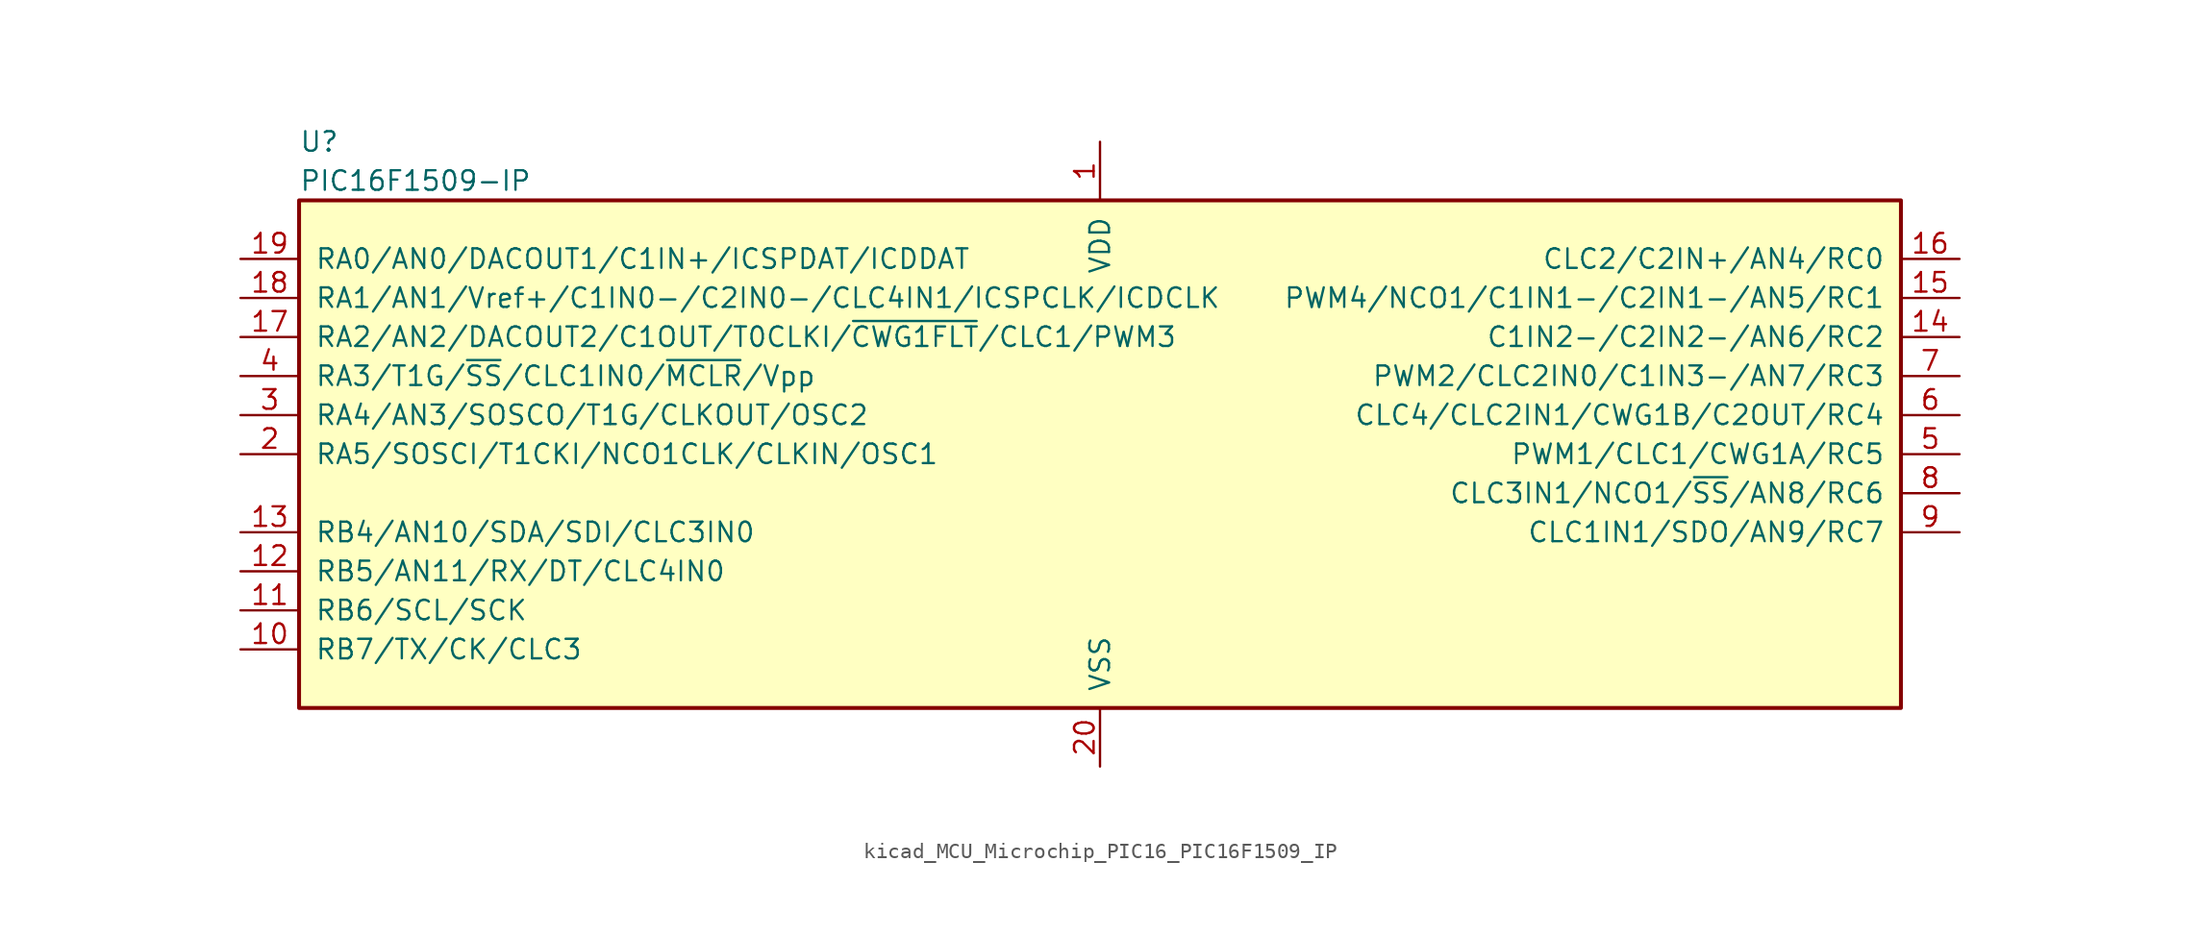
<source format=kicad_sym>
(kicad_symbol_lib
  (version 20220914)
  (generator kicad_symbol_editor)
  (symbol "kicad_MCU_Microchip_PIC16_PIC16F1509_IP"
    (pin_names
      (offset 1.016))
    (property "Reference" "U"
      (at -52.07 20.32 0)
      (effects (font (size 1.27 1.27)) (justify left)))
    (property "Value" "PIC16F1509-IP"
      (at -52.07 17.78 0)
      (effects (font (size 1.27 1.27)) (justify left)))
    (symbol "kicad_MCU_Microchip_PIC16_PIC16F1509_IP_0_1"
      (rectangle (start -52.07 16.51) (end 52.07 -16.51) (stroke (width 0.254) (type default)) (fill (type background))))
    (symbol "kicad_MCU_Microchip_PIC16_PIC16F1509_IP_1_1"
      (pin power_in line (at 0 20.32 270) (length 3.81) (name "VDD" (effects (font (size 1.27 1.27)))) (number "1" (effects (font (size 1.27 1.27)))))
      (pin bidirectional line (at -55.88 -12.7 0) (length 3.81) (name "RB7/TX/CK/CLC3" (effects (font (size 1.27 1.27)))) (number "10" (effects (font (size 1.27 1.27)))))
      (pin bidirectional line (at -55.88 -10.16 0) (length 3.81) (name "RB6/SCL/SCK" (effects (font (size 1.27 1.27)))) (number "11" (effects (font (size 1.27 1.27)))))
      (pin bidirectional line (at -55.88 -7.62 0) (length 3.81) (name "RB5/AN11/RX/DT/CLC4IN0" (effects (font (size 1.27 1.27)))) (number "12" (effects (font (size 1.27 1.27)))))
      (pin bidirectional line (at -55.88 -5.08 0) (length 3.81) (name "RB4/AN10/SDA/SDI/CLC3IN0" (effects (font (size 1.27 1.27)))) (number "13" (effects (font (size 1.27 1.27)))))
      (pin bidirectional line (at 55.88 7.62 180) (length 3.81) (name "C1IN2-/C2IN2-/AN6/RC2" (effects (font (size 1.27 1.27)))) (number "14" (effects (font (size 1.27 1.27)))))
      (pin bidirectional line (at 55.88 10.16 180) (length 3.81) (name "PWM4/NCO1/C1IN1-/C2IN1-/AN5/RC1" (effects (font (size 1.27 1.27)))) (number "15" (effects (font (size 1.27 1.27)))))
      (pin bidirectional line (at 55.88 12.7 180) (length 3.81) (name "CLC2/C2IN+/AN4/RC0" (effects (font (size 1.27 1.27)))) (number "16" (effects (font (size 1.27 1.27)))))
      (pin bidirectional line (at -55.88 7.62 0) (length 3.81) (name "RA2/AN2/DACOUT2/C1OUT/T0CLKI/~{CWG1FLT}/CLC1/PWM3" (effects (font (size 1.27 1.27)))) (number "17" (effects (font (size 1.27 1.27)))))
      (pin bidirectional line (at -55.88 10.16 0) (length 3.81) (name "RA1/AN1/Vref+/C1IN0-/C2IN0-/CLC4IN1/ICSPCLK/ICDCLK" (effects (font (size 1.27 1.27)))) (number "18" (effects (font (size 1.27 1.27)))))
      (pin bidirectional line (at -55.88 12.7 0) (length 3.81) (name "RA0/AN0/DACOUT1/C1IN+/ICSPDAT/ICDDAT" (effects (font (size 1.27 1.27)))) (number "19" (effects (font (size 1.27 1.27)))))
      (pin bidirectional line (at -55.88 0 0) (length 3.81) (name "RA5/SOSCI/T1CKI/NCO1CLK/CLKIN/OSC1" (effects (font (size 1.27 1.27)))) (number "2" (effects (font (size 1.27 1.27)))))
      (pin power_in line (at 0 -20.32 90) (length 3.81) (name "VSS" (effects (font (size 1.27 1.27)))) (number "20" (effects (font (size 1.27 1.27)))))
      (pin bidirectional line (at -55.88 2.54 0) (length 3.81) (name "RA4/AN3/SOSCO/T1G/CLKOUT/OSC2" (effects (font (size 1.27 1.27)))) (number "3" (effects (font (size 1.27 1.27)))))
      (pin input line (at -55.88 5.08 0) (length 3.81) (name "RA3/T1G/~{SS}/CLC1IN0/~{MCLR}/Vpp" (effects (font (size 1.27 1.27)))) (number "4" (effects (font (size 1.27 1.27)))))
      (pin bidirectional line (at 55.88 0 180) (length 3.81) (name "PWM1/CLC1/CWG1A/RC5" (effects (font (size 1.27 1.27)))) (number "5" (effects (font (size 1.27 1.27)))))
      (pin bidirectional line (at 55.88 2.54 180) (length 3.81) (name "CLC4/CLC2IN1/CWG1B/C2OUT/RC4" (effects (font (size 1.27 1.27)))) (number "6" (effects (font (size 1.27 1.27)))))
      (pin bidirectional line (at 55.88 5.08 180) (length 3.81) (name "PWM2/CLC2IN0/C1IN3-/AN7/RC3" (effects (font (size 1.27 1.27)))) (number "7" (effects (font (size 1.27 1.27)))))
      (pin bidirectional line (at 55.88 -2.54 180) (length 3.81) (name "CLC3IN1/NCO1/~{SS}/AN8/RC6" (effects (font (size 1.27 1.27)))) (number "8" (effects (font (size 1.27 1.27)))))
      (pin bidirectional line (at 55.88 -5.08 180) (length 3.81) (name "CLC1IN1/SDO/AN9/RC7" (effects (font (size 1.27 1.27)))) (number "9" (effects (font (size 1.27 1.27))))))))
</source>
